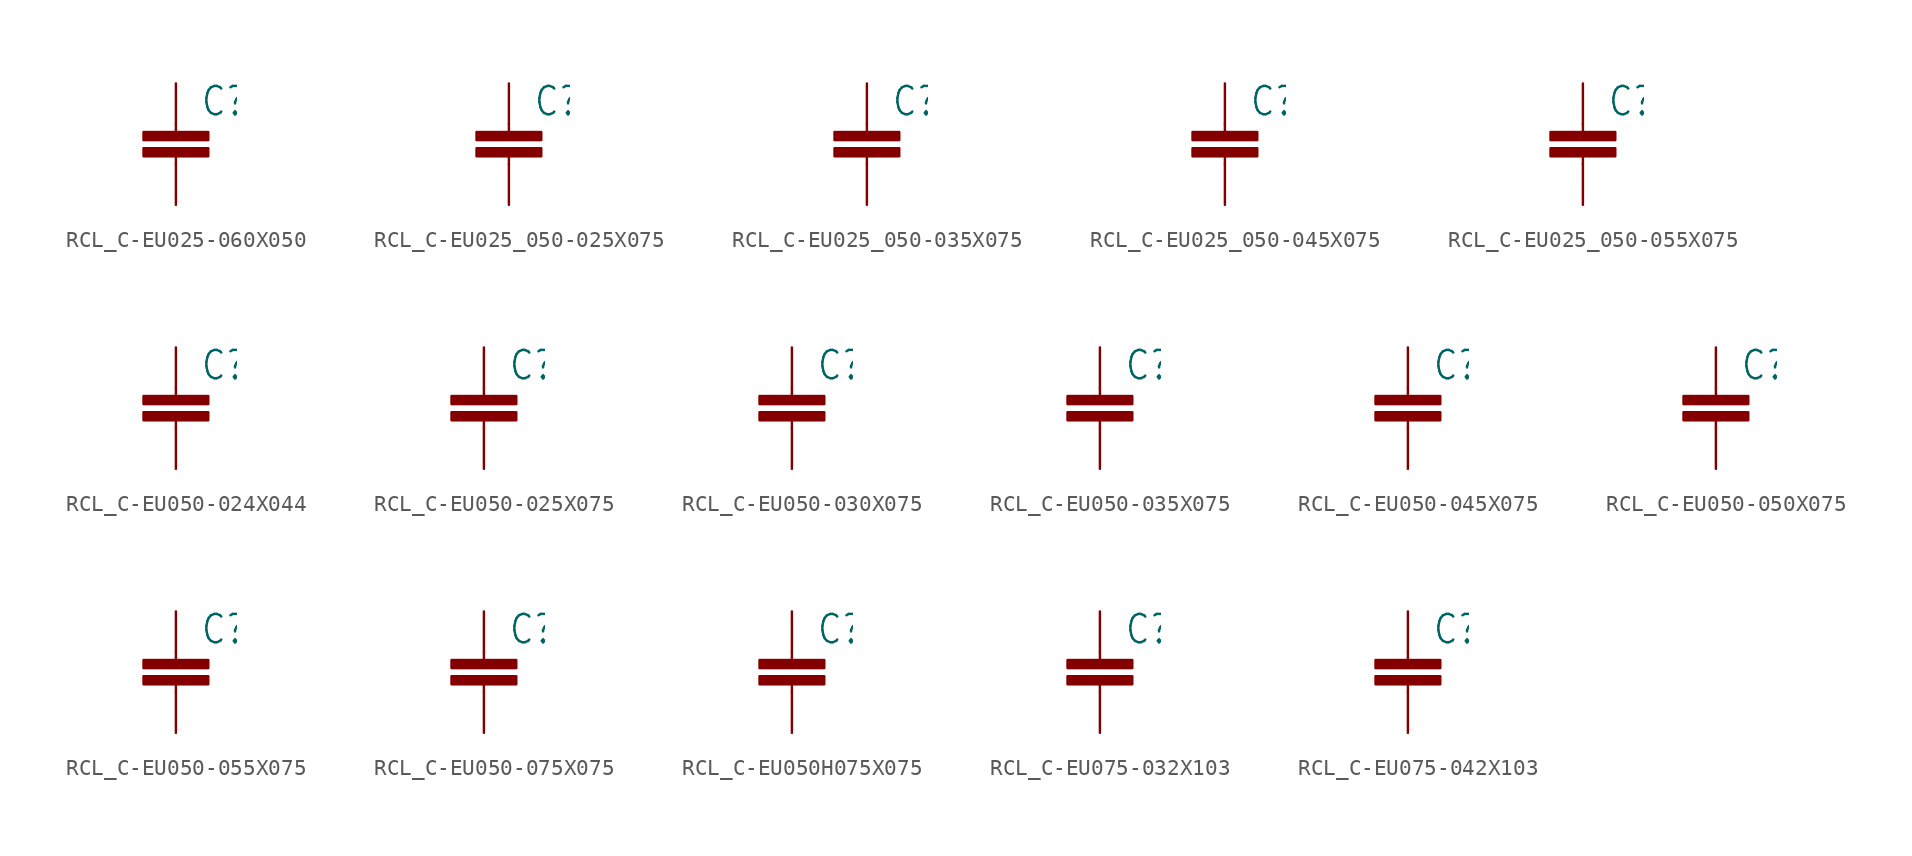
<source format=kicad_sym>
(kicad_symbol_lib
  (version 20241209)
  (generator "kicad_symbol_editor")
  (generator_version "9.0")
  (symbol "RCL_C-EU025-060X050"
    (property "Reference" "C"
      (at 1.524 0.381 0)
      (effects (font (size 1.778 1.511)) (justify left bottom)))
    (property "Value" ""
      (at 1.524 -4.699 0)
      (effects (font (size 1.778 1.511)) (justify left bottom)))
    (property "ki_locked" ""
      (at 0 0 0)
      (effects (font (size 1.27 1.27))))
    (symbol "RCL_C-EU025-060X050_1_0"
      (rectangle (start -2.032 -1.016) (end 2.032 -0.508) (stroke (width 0) (type default)) (fill (type outline)))
      (rectangle (start -2.032 -2.032) (end 2.032 -1.524) (stroke (width 0) (type default)) (fill (type outline)))
      (polyline (pts (xy 0 0) (xy 0 -0.508)) (stroke (width 0.152) (type solid)) (fill (type none)))
      (polyline (pts (xy 0 -2.54) (xy 0 -2.032)) (stroke (width 0.152) (type solid)) (fill (type none)))
      (pin passive line (at 0 2.54 270) (length 2.54) (name "1" (effects (font (size 0 0)))) (number "1" (effects (font (size 0 0)))))
      (pin passive line (at 0 -5.08 90) (length 2.54) (name "2" (effects (font (size 0 0)))) (number "2" (effects (font (size 0 0)))))))
  (symbol "RCL_C-EU025_050-025X075"
    (property "Reference" "C"
      (at 1.524 0.381 0)
      (effects (font (size 1.778 1.511)) (justify left bottom)))
    (property "Value" ""
      (at 1.524 -4.699 0)
      (effects (font (size 1.778 1.511)) (justify left bottom)))
    (property "ki_locked" ""
      (at 0 0 0)
      (effects (font (size 1.27 1.27))))
    (symbol "RCL_C-EU025_050-025X075_1_0"
      (rectangle (start -2.032 -1.016) (end 2.032 -0.508) (stroke (width 0) (type default)) (fill (type outline)))
      (rectangle (start -2.032 -2.032) (end 2.032 -1.524) (stroke (width 0) (type default)) (fill (type outline)))
      (polyline (pts (xy 0 0) (xy 0 -0.508)) (stroke (width 0.152) (type solid)) (fill (type none)))
      (polyline (pts (xy 0 -2.54) (xy 0 -2.032)) (stroke (width 0.152) (type solid)) (fill (type none)))
      (pin passive line (at 0 2.54 270) (length 2.54) (name "1" (effects (font (size 0 0)))) (number "1" (effects (font (size 0 0)))))
      (pin passive line (at 0 -5.08 90) (length 2.54) (name "2" (effects (font (size 0 0)))) (number "2" (effects (font (size 0 0)))))))
  (symbol "RCL_C-EU025_050-035X075"
    (property "Reference" "C"
      (at 1.524 0.381 0)
      (effects (font (size 1.778 1.511)) (justify left bottom)))
    (property "Value" ""
      (at 1.524 -4.699 0)
      (effects (font (size 1.778 1.511)) (justify left bottom)))
    (property "ki_locked" ""
      (at 0 0 0)
      (effects (font (size 1.27 1.27))))
    (symbol "RCL_C-EU025_050-035X075_1_0"
      (rectangle (start -2.032 -1.016) (end 2.032 -0.508) (stroke (width 0) (type default)) (fill (type outline)))
      (rectangle (start -2.032 -2.032) (end 2.032 -1.524) (stroke (width 0) (type default)) (fill (type outline)))
      (polyline (pts (xy 0 0) (xy 0 -0.508)) (stroke (width 0.152) (type solid)) (fill (type none)))
      (polyline (pts (xy 0 -2.54) (xy 0 -2.032)) (stroke (width 0.152) (type solid)) (fill (type none)))
      (pin passive line (at 0 2.54 270) (length 2.54) (name "1" (effects (font (size 0 0)))) (number "1" (effects (font (size 0 0)))))
      (pin passive line (at 0 -5.08 90) (length 2.54) (name "2" (effects (font (size 0 0)))) (number "2" (effects (font (size 0 0)))))))
  (symbol "RCL_C-EU025_050-045X075"
    (property "Reference" "C"
      (at 1.524 0.381 0)
      (effects (font (size 1.778 1.511)) (justify left bottom)))
    (property "Value" ""
      (at 1.524 -4.699 0)
      (effects (font (size 1.778 1.511)) (justify left bottom)))
    (property "ki_locked" ""
      (at 0 0 0)
      (effects (font (size 1.27 1.27))))
    (symbol "RCL_C-EU025_050-045X075_1_0"
      (rectangle (start -2.032 -1.016) (end 2.032 -0.508) (stroke (width 0) (type default)) (fill (type outline)))
      (rectangle (start -2.032 -2.032) (end 2.032 -1.524) (stroke (width 0) (type default)) (fill (type outline)))
      (polyline (pts (xy 0 0) (xy 0 -0.508)) (stroke (width 0.152) (type solid)) (fill (type none)))
      (polyline (pts (xy 0 -2.54) (xy 0 -2.032)) (stroke (width 0.152) (type solid)) (fill (type none)))
      (pin passive line (at 0 2.54 270) (length 2.54) (name "1" (effects (font (size 0 0)))) (number "1" (effects (font (size 0 0)))))
      (pin passive line (at 0 -5.08 90) (length 2.54) (name "2" (effects (font (size 0 0)))) (number "2" (effects (font (size 0 0)))))))
  (symbol "RCL_C-EU025_050-055X075"
    (property "Reference" "C"
      (at 1.524 0.381 0)
      (effects (font (size 1.778 1.511)) (justify left bottom)))
    (property "Value" ""
      (at 1.524 -4.699 0)
      (effects (font (size 1.778 1.511)) (justify left bottom)))
    (property "ki_locked" ""
      (at 0 0 0)
      (effects (font (size 1.27 1.27))))
    (symbol "RCL_C-EU025_050-055X075_1_0"
      (rectangle (start -2.032 -1.016) (end 2.032 -0.508) (stroke (width 0) (type default)) (fill (type outline)))
      (rectangle (start -2.032 -2.032) (end 2.032 -1.524) (stroke (width 0) (type default)) (fill (type outline)))
      (polyline (pts (xy 0 0) (xy 0 -0.508)) (stroke (width 0.152) (type solid)) (fill (type none)))
      (polyline (pts (xy 0 -2.54) (xy 0 -2.032)) (stroke (width 0.152) (type solid)) (fill (type none)))
      (pin passive line (at 0 2.54 270) (length 2.54) (name "1" (effects (font (size 0 0)))) (number "1" (effects (font (size 0 0)))))
      (pin passive line (at 0 -5.08 90) (length 2.54) (name "2" (effects (font (size 0 0)))) (number "2" (effects (font (size 0 0)))))))
  (symbol "RCL_C-EU050-024X044"
    (property "Reference" "C"
      (at 1.524 0.381 0)
      (effects (font (size 1.778 1.511)) (justify left bottom)))
    (property "Value" ""
      (at 1.524 -4.699 0)
      (effects (font (size 1.778 1.511)) (justify left bottom)))
    (property "ki_locked" ""
      (at 0 0 0)
      (effects (font (size 1.27 1.27))))
    (symbol "RCL_C-EU050-024X044_1_0"
      (rectangle (start -2.032 -1.016) (end 2.032 -0.508) (stroke (width 0) (type default)) (fill (type outline)))
      (rectangle (start -2.032 -2.032) (end 2.032 -1.524) (stroke (width 0) (type default)) (fill (type outline)))
      (polyline (pts (xy 0 0) (xy 0 -0.508)) (stroke (width 0.152) (type solid)) (fill (type none)))
      (polyline (pts (xy 0 -2.54) (xy 0 -2.032)) (stroke (width 0.152) (type solid)) (fill (type none)))
      (pin passive line (at 0 2.54 270) (length 2.54) (name "1" (effects (font (size 0 0)))) (number "1" (effects (font (size 0 0)))))
      (pin passive line (at 0 -5.08 90) (length 2.54) (name "2" (effects (font (size 0 0)))) (number "2" (effects (font (size 0 0)))))))
  (symbol "RCL_C-EU050-025X075"
    (property "Reference" "C"
      (at 1.524 0.381 0)
      (effects (font (size 1.778 1.511)) (justify left bottom)))
    (property "Value" ""
      (at 1.524 -4.699 0)
      (effects (font (size 1.778 1.511)) (justify left bottom)))
    (property "ki_locked" ""
      (at 0 0 0)
      (effects (font (size 1.27 1.27))))
    (symbol "RCL_C-EU050-025X075_1_0"
      (rectangle (start -2.032 -1.016) (end 2.032 -0.508) (stroke (width 0) (type default)) (fill (type outline)))
      (rectangle (start -2.032 -2.032) (end 2.032 -1.524) (stroke (width 0) (type default)) (fill (type outline)))
      (polyline (pts (xy 0 0) (xy 0 -0.508)) (stroke (width 0.152) (type solid)) (fill (type none)))
      (polyline (pts (xy 0 -2.54) (xy 0 -2.032)) (stroke (width 0.152) (type solid)) (fill (type none)))
      (pin passive line (at 0 2.54 270) (length 2.54) (name "1" (effects (font (size 0 0)))) (number "1" (effects (font (size 0 0)))))
      (pin passive line (at 0 -5.08 90) (length 2.54) (name "2" (effects (font (size 0 0)))) (number "2" (effects (font (size 0 0)))))))
  (symbol "RCL_C-EU050-030X075"
    (property "Reference" "C"
      (at 1.524 0.381 0)
      (effects (font (size 1.778 1.511)) (justify left bottom)))
    (property "Value" ""
      (at 1.524 -4.699 0)
      (effects (font (size 1.778 1.511)) (justify left bottom)))
    (property "ki_locked" ""
      (at 0 0 0)
      (effects (font (size 1.27 1.27))))
    (symbol "RCL_C-EU050-030X075_1_0"
      (rectangle (start -2.032 -1.016) (end 2.032 -0.508) (stroke (width 0) (type default)) (fill (type outline)))
      (rectangle (start -2.032 -2.032) (end 2.032 -1.524) (stroke (width 0) (type default)) (fill (type outline)))
      (polyline (pts (xy 0 0) (xy 0 -0.508)) (stroke (width 0.152) (type solid)) (fill (type none)))
      (polyline (pts (xy 0 -2.54) (xy 0 -2.032)) (stroke (width 0.152) (type solid)) (fill (type none)))
      (pin passive line (at 0 2.54 270) (length 2.54) (name "1" (effects (font (size 0 0)))) (number "1" (effects (font (size 0 0)))))
      (pin passive line (at 0 -5.08 90) (length 2.54) (name "2" (effects (font (size 0 0)))) (number "2" (effects (font (size 0 0)))))))
  (symbol "RCL_C-EU050-035X075"
    (property "Reference" "C"
      (at 1.524 0.381 0)
      (effects (font (size 1.778 1.511)) (justify left bottom)))
    (property "Value" ""
      (at 1.524 -4.699 0)
      (effects (font (size 1.778 1.511)) (justify left bottom)))
    (property "ki_locked" ""
      (at 0 0 0)
      (effects (font (size 1.27 1.27))))
    (symbol "RCL_C-EU050-035X075_1_0"
      (rectangle (start -2.032 -1.016) (end 2.032 -0.508) (stroke (width 0) (type default)) (fill (type outline)))
      (rectangle (start -2.032 -2.032) (end 2.032 -1.524) (stroke (width 0) (type default)) (fill (type outline)))
      (polyline (pts (xy 0 0) (xy 0 -0.508)) (stroke (width 0.152) (type solid)) (fill (type none)))
      (polyline (pts (xy 0 -2.54) (xy 0 -2.032)) (stroke (width 0.152) (type solid)) (fill (type none)))
      (pin passive line (at 0 2.54 270) (length 2.54) (name "1" (effects (font (size 0 0)))) (number "1" (effects (font (size 0 0)))))
      (pin passive line (at 0 -5.08 90) (length 2.54) (name "2" (effects (font (size 0 0)))) (number "2" (effects (font (size 0 0)))))))
  (symbol "RCL_C-EU050-045X075"
    (property "Reference" "C"
      (at 1.524 0.381 0)
      (effects (font (size 1.778 1.511)) (justify left bottom)))
    (property "Value" ""
      (at 1.524 -4.699 0)
      (effects (font (size 1.778 1.511)) (justify left bottom)))
    (property "ki_locked" ""
      (at 0 0 0)
      (effects (font (size 1.27 1.27))))
    (symbol "RCL_C-EU050-045X075_1_0"
      (rectangle (start -2.032 -1.016) (end 2.032 -0.508) (stroke (width 0) (type default)) (fill (type outline)))
      (rectangle (start -2.032 -2.032) (end 2.032 -1.524) (stroke (width 0) (type default)) (fill (type outline)))
      (polyline (pts (xy 0 0) (xy 0 -0.508)) (stroke (width 0.152) (type solid)) (fill (type none)))
      (polyline (pts (xy 0 -2.54) (xy 0 -2.032)) (stroke (width 0.152) (type solid)) (fill (type none)))
      (pin passive line (at 0 2.54 270) (length 2.54) (name "1" (effects (font (size 0 0)))) (number "1" (effects (font (size 0 0)))))
      (pin passive line (at 0 -5.08 90) (length 2.54) (name "2" (effects (font (size 0 0)))) (number "2" (effects (font (size 0 0)))))))
  (symbol "RCL_C-EU050-050X075"
    (property "Reference" "C"
      (at 1.524 0.381 0)
      (effects (font (size 1.778 1.511)) (justify left bottom)))
    (property "Value" ""
      (at 1.524 -4.699 0)
      (effects (font (size 1.778 1.511)) (justify left bottom)))
    (property "ki_locked" ""
      (at 0 0 0)
      (effects (font (size 1.27 1.27))))
    (symbol "RCL_C-EU050-050X075_1_0"
      (rectangle (start -2.032 -1.016) (end 2.032 -0.508) (stroke (width 0) (type default)) (fill (type outline)))
      (rectangle (start -2.032 -2.032) (end 2.032 -1.524) (stroke (width 0) (type default)) (fill (type outline)))
      (polyline (pts (xy 0 0) (xy 0 -0.508)) (stroke (width 0.152) (type solid)) (fill (type none)))
      (polyline (pts (xy 0 -2.54) (xy 0 -2.032)) (stroke (width 0.152) (type solid)) (fill (type none)))
      (pin passive line (at 0 2.54 270) (length 2.54) (name "1" (effects (font (size 0 0)))) (number "1" (effects (font (size 0 0)))))
      (pin passive line (at 0 -5.08 90) (length 2.54) (name "2" (effects (font (size 0 0)))) (number "2" (effects (font (size 0 0)))))))
  (symbol "RCL_C-EU050-055X075"
    (property "Reference" "C"
      (at 1.524 0.381 0)
      (effects (font (size 1.778 1.511)) (justify left bottom)))
    (property "Value" ""
      (at 1.524 -4.699 0)
      (effects (font (size 1.778 1.511)) (justify left bottom)))
    (property "ki_locked" ""
      (at 0 0 0)
      (effects (font (size 1.27 1.27))))
    (symbol "RCL_C-EU050-055X075_1_0"
      (rectangle (start -2.032 -1.016) (end 2.032 -0.508) (stroke (width 0) (type default)) (fill (type outline)))
      (rectangle (start -2.032 -2.032) (end 2.032 -1.524) (stroke (width 0) (type default)) (fill (type outline)))
      (polyline (pts (xy 0 0) (xy 0 -0.508)) (stroke (width 0.152) (type solid)) (fill (type none)))
      (polyline (pts (xy 0 -2.54) (xy 0 -2.032)) (stroke (width 0.152) (type solid)) (fill (type none)))
      (pin passive line (at 0 2.54 270) (length 2.54) (name "1" (effects (font (size 0 0)))) (number "1" (effects (font (size 0 0)))))
      (pin passive line (at 0 -5.08 90) (length 2.54) (name "2" (effects (font (size 0 0)))) (number "2" (effects (font (size 0 0)))))))
  (symbol "RCL_C-EU050-075X075"
    (property "Reference" "C"
      (at 1.524 0.381 0)
      (effects (font (size 1.778 1.511)) (justify left bottom)))
    (property "Value" ""
      (at 1.524 -4.699 0)
      (effects (font (size 1.778 1.511)) (justify left bottom)))
    (property "ki_locked" ""
      (at 0 0 0)
      (effects (font (size 1.27 1.27))))
    (symbol "RCL_C-EU050-075X075_1_0"
      (rectangle (start -2.032 -1.016) (end 2.032 -0.508) (stroke (width 0) (type default)) (fill (type outline)))
      (rectangle (start -2.032 -2.032) (end 2.032 -1.524) (stroke (width 0) (type default)) (fill (type outline)))
      (polyline (pts (xy 0 0) (xy 0 -0.508)) (stroke (width 0.152) (type solid)) (fill (type none)))
      (polyline (pts (xy 0 -2.54) (xy 0 -2.032)) (stroke (width 0.152) (type solid)) (fill (type none)))
      (pin passive line (at 0 2.54 270) (length 2.54) (name "1" (effects (font (size 0 0)))) (number "1" (effects (font (size 0 0)))))
      (pin passive line (at 0 -5.08 90) (length 2.54) (name "2" (effects (font (size 0 0)))) (number "2" (effects (font (size 0 0)))))))
  (symbol "RCL_C-EU050H075X075"
    (property "Reference" "C"
      (at 1.524 0.381 0)
      (effects (font (size 1.778 1.511)) (justify left bottom)))
    (property "Value" ""
      (at 1.524 -4.699 0)
      (effects (font (size 1.778 1.511)) (justify left bottom)))
    (property "ki_locked" ""
      (at 0 0 0)
      (effects (font (size 1.27 1.27))))
    (symbol "RCL_C-EU050H075X075_1_0"
      (rectangle (start -2.032 -1.016) (end 2.032 -0.508) (stroke (width 0) (type default)) (fill (type outline)))
      (rectangle (start -2.032 -2.032) (end 2.032 -1.524) (stroke (width 0) (type default)) (fill (type outline)))
      (polyline (pts (xy 0 0) (xy 0 -0.508)) (stroke (width 0.152) (type solid)) (fill (type none)))
      (polyline (pts (xy 0 -2.54) (xy 0 -2.032)) (stroke (width 0.152) (type solid)) (fill (type none)))
      (pin passive line (at 0 2.54 270) (length 2.54) (name "1" (effects (font (size 0 0)))) (number "1" (effects (font (size 0 0)))))
      (pin passive line (at 0 -5.08 90) (length 2.54) (name "2" (effects (font (size 0 0)))) (number "2" (effects (font (size 0 0)))))))
  (symbol "RCL_C-EU075-032X103"
    (property "Reference" "C"
      (at 1.524 0.381 0)
      (effects (font (size 1.778 1.511)) (justify left bottom)))
    (property "Value" ""
      (at 1.524 -4.699 0)
      (effects (font (size 1.778 1.511)) (justify left bottom)))
    (property "ki_locked" ""
      (at 0 0 0)
      (effects (font (size 1.27 1.27))))
    (symbol "RCL_C-EU075-032X103_1_0"
      (rectangle (start -2.032 -1.016) (end 2.032 -0.508) (stroke (width 0) (type default)) (fill (type outline)))
      (rectangle (start -2.032 -2.032) (end 2.032 -1.524) (stroke (width 0) (type default)) (fill (type outline)))
      (polyline (pts (xy 0 0) (xy 0 -0.508)) (stroke (width 0.152) (type solid)) (fill (type none)))
      (polyline (pts (xy 0 -2.54) (xy 0 -2.032)) (stroke (width 0.152) (type solid)) (fill (type none)))
      (pin passive line (at 0 2.54 270) (length 2.54) (name "1" (effects (font (size 0 0)))) (number "1" (effects (font (size 0 0)))))
      (pin passive line (at 0 -5.08 90) (length 2.54) (name "2" (effects (font (size 0 0)))) (number "2" (effects (font (size 0 0)))))))
  (symbol "RCL_C-EU075-042X103"
    (property "Reference" "C"
      (at 1.524 0.381 0)
      (effects (font (size 1.778 1.511)) (justify left bottom)))
    (property "Value" ""
      (at 1.524 -4.699 0)
      (effects (font (size 1.778 1.511)) (justify left bottom)))
    (property "ki_locked" ""
      (at 0 0 0)
      (effects (font (size 1.27 1.27))))
    (symbol "RCL_C-EU075-042X103_1_0"
      (rectangle (start -2.032 -1.016) (end 2.032 -0.508) (stroke (width 0) (type default)) (fill (type outline)))
      (rectangle (start -2.032 -2.032) (end 2.032 -1.524) (stroke (width 0) (type default)) (fill (type outline)))
      (polyline (pts (xy 0 0) (xy 0 -0.508)) (stroke (width 0.152) (type solid)) (fill (type none)))
      (polyline (pts (xy 0 -2.54) (xy 0 -2.032)) (stroke (width 0.152) (type solid)) (fill (type none)))
      (pin passive line (at 0 2.54 270) (length 2.54) (name "1" (effects (font (size 0 0)))) (number "1" (effects (font (size 0 0)))))
      (pin passive line (at 0 -5.08 90) (length 2.54) (name "2" (effects (font (size 0 0)))) (number "2" (effects (font (size 0 0))))))))
</source>
